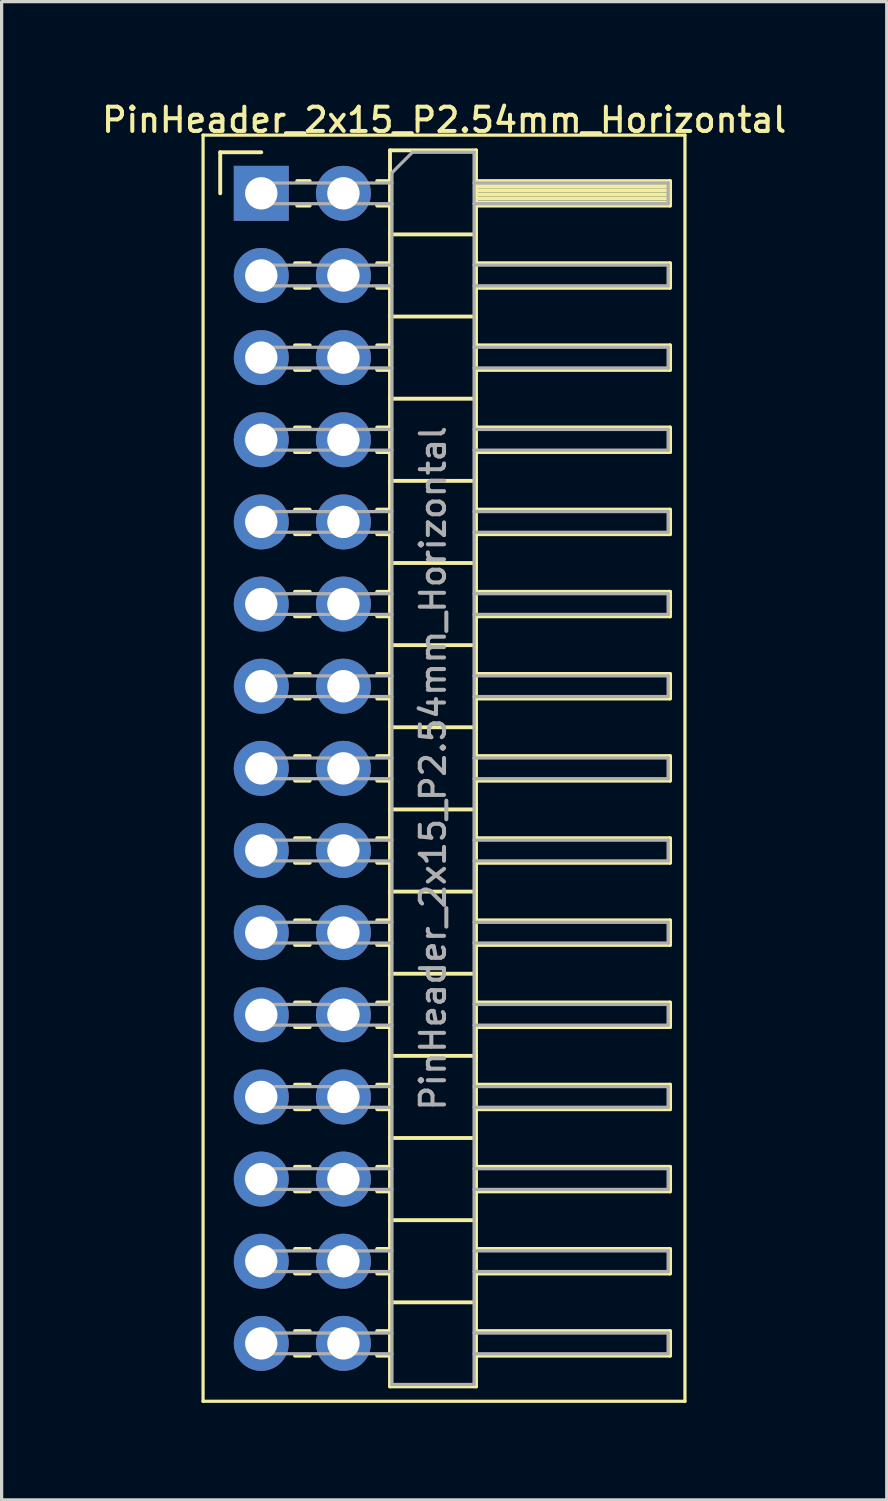
<source format=kicad_pcb>
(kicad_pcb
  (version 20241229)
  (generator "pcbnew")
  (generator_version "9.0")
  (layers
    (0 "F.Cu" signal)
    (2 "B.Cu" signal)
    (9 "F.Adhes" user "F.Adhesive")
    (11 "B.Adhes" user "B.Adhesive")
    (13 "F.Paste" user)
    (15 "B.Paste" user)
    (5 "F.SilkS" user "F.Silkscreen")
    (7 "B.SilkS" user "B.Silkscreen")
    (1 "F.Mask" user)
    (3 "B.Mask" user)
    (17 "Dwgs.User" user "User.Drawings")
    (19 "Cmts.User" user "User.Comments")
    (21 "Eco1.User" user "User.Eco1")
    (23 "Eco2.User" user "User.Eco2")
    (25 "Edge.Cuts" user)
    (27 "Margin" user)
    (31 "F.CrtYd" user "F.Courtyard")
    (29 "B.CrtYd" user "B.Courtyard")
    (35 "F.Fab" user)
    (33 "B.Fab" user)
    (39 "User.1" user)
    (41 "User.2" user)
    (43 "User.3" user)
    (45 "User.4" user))
  (footprint "PinHeader_2x15_P2.54mm_Horizontal"
    (layer "F.Cu")
    (at 5.029 2.928)
    (property "Reference" "PinHeader_2x15_P2.54mm_Horizontal" (at 5.655 -2.27 0) (layer "F.SilkS") (effects (font (size 0.75 0.75) (thickness 0.125))))
    (attr through_hole)
    (fp_line (start -1.8 -1.8) (end -1.8 37.35) (stroke (width 0.1) (type solid)) (layer "F.SilkS"))
    (fp_line (start -1.8 37.35) (end 13.1 37.35) (stroke (width 0.1) (type solid)) (layer "F.SilkS"))
    (fp_line (start -1.27 -1.27) (end 0 -1.27) (stroke (width 0.12) (type solid)) (layer "F.SilkS"))
    (fp_line (start -1.27 0) (end -1.27 -1.27) (stroke (width 0.12) (type solid)) (layer "F.SilkS"))
    (fp_line (start 1.043 2.16) (end 1.497 2.16) (stroke (width 0.12) (type solid)) (layer "F.SilkS"))
    (fp_line (start 1.043 2.92) (end 1.497 2.92) (stroke (width 0.12) (type solid)) (layer "F.SilkS"))
    (fp_line (start 1.043 4.7) (end 1.497 4.7) (stroke (width 0.12) (type solid)) (layer "F.SilkS"))
    (fp_line (start 1.043 5.46) (end 1.497 5.46) (stroke (width 0.12) (type solid)) (layer "F.SilkS"))
    (fp_line (start 1.043 7.24) (end 1.497 7.24) (stroke (width 0.12) (type solid)) (layer "F.SilkS"))
    (fp_line (start 1.043 8) (end 1.497 8) (stroke (width 0.12) (type solid)) (layer "F.SilkS"))
    (fp_line (start 1.043 9.78) (end 1.497 9.78) (stroke (width 0.12) (type solid)) (layer "F.SilkS"))
    (fp_line (start 1.043 10.54) (end 1.497 10.54) (stroke (width 0.12) (type solid)) (layer "F.SilkS"))
    (fp_line (start 1.043 12.32) (end 1.497 12.32) (stroke (width 0.12) (type solid)) (layer "F.SilkS"))
    (fp_line (start 1.043 13.08) (end 1.497 13.08) (stroke (width 0.12) (type solid)) (layer "F.SilkS"))
    (fp_line (start 1.043 14.86) (end 1.497 14.86) (stroke (width 0.12) (type solid)) (layer "F.SilkS"))
    (fp_line (start 1.043 15.62) (end 1.497 15.62) (stroke (width 0.12) (type solid)) (layer "F.SilkS"))
    (fp_line (start 1.043 17.4) (end 1.497 17.4) (stroke (width 0.12) (type solid)) (layer "F.SilkS"))
    (fp_line (start 1.043 18.16) (end 1.497 18.16) (stroke (width 0.12) (type solid)) (layer "F.SilkS"))
    (fp_line (start 1.043 19.94) (end 1.497 19.94) (stroke (width 0.12) (type solid)) (layer "F.SilkS"))
    (fp_line (start 1.043 20.7) (end 1.497 20.7) (stroke (width 0.12) (type solid)) (layer "F.SilkS"))
    (fp_line (start 1.043 22.48) (end 1.497 22.48) (stroke (width 0.12) (type solid)) (layer "F.SilkS"))
    (fp_line (start 1.043 23.24) (end 1.497 23.24) (stroke (width 0.12) (type solid)) (layer "F.SilkS"))
    (fp_line (start 1.043 25.02) (end 1.497 25.02) (stroke (width 0.12) (type solid)) (layer "F.SilkS"))
    (fp_line (start 1.043 25.78) (end 1.497 25.78) (stroke (width 0.12) (type solid)) (layer "F.SilkS"))
    (fp_line (start 1.043 27.56) (end 1.497 27.56) (stroke (width 0.12) (type solid)) (layer "F.SilkS"))
    (fp_line (start 1.043 28.32) (end 1.497 28.32) (stroke (width 0.12) (type solid)) (layer "F.SilkS"))
    (fp_line (start 1.043 30.1) (end 1.497 30.1) (stroke (width 0.12) (type solid)) (layer "F.SilkS"))
    (fp_line (start 1.043 30.86) (end 1.497 30.86) (stroke (width 0.12) (type solid)) (layer "F.SilkS"))
    (fp_line (start 1.043 32.64) (end 1.497 32.64) (stroke (width 0.12) (type solid)) (layer "F.SilkS"))
    (fp_line (start 1.043 33.4) (end 1.497 33.4) (stroke (width 0.12) (type solid)) (layer "F.SilkS"))
    (fp_line (start 1.043 35.18) (end 1.497 35.18) (stroke (width 0.12) (type solid)) (layer "F.SilkS"))
    (fp_line (start 1.043 35.94) (end 1.497 35.94) (stroke (width 0.12) (type solid)) (layer "F.SilkS"))
    (fp_line (start 1.11 -0.38) (end 1.497 -0.38) (stroke (width 0.12) (type solid)) (layer "F.SilkS"))
    (fp_line (start 1.11 0.38) (end 1.497 0.38) (stroke (width 0.12) (type solid)) (layer "F.SilkS"))
    (fp_line (start 3.583 -0.38) (end 3.98 -0.38) (stroke (width 0.12) (type solid)) (layer "F.SilkS"))
    (fp_line (start 3.583 0.38) (end 3.98 0.38) (stroke (width 0.12) (type solid)) (layer "F.SilkS"))
    (fp_line (start 3.583 2.16) (end 3.98 2.16) (stroke (width 0.12) (type solid)) (layer "F.SilkS"))
    (fp_line (start 3.583 2.92) (end 3.98 2.92) (stroke (width 0.12) (type solid)) (layer "F.SilkS"))
    (fp_line (start 3.583 4.7) (end 3.98 4.7) (stroke (width 0.12) (type solid)) (layer "F.SilkS"))
    (fp_line (start 3.583 5.46) (end 3.98 5.46) (stroke (width 0.12) (type solid)) (layer "F.SilkS"))
    (fp_line (start 3.583 7.24) (end 3.98 7.24) (stroke (width 0.12) (type solid)) (layer "F.SilkS"))
    (fp_line (start 3.583 8) (end 3.98 8) (stroke (width 0.12) (type solid)) (layer "F.SilkS"))
    (fp_line (start 3.583 9.78) (end 3.98 9.78) (stroke (width 0.12) (type solid)) (layer "F.SilkS"))
    (fp_line (start 3.583 10.54) (end 3.98 10.54) (stroke (width 0.12) (type solid)) (layer "F.SilkS"))
    (fp_line (start 3.583 12.32) (end 3.98 12.32) (stroke (width 0.12) (type solid)) (layer "F.SilkS"))
    (fp_line (start 3.583 13.08) (end 3.98 13.08) (stroke (width 0.12) (type solid)) (layer "F.SilkS"))
    (fp_line (start 3.583 14.86) (end 3.98 14.86) (stroke (width 0.12) (type solid)) (layer "F.SilkS"))
    (fp_line (start 3.583 15.62) (end 3.98 15.62) (stroke (width 0.12) (type solid)) (layer "F.SilkS"))
    (fp_line (start 3.583 17.4) (end 3.98 17.4) (stroke (width 0.12) (type solid)) (layer "F.SilkS"))
    (fp_line (start 3.583 18.16) (end 3.98 18.16) (stroke (width 0.12) (type solid)) (layer "F.SilkS"))
    (fp_line (start 3.583 19.94) (end 3.98 19.94) (stroke (width 0.12) (type solid)) (layer "F.SilkS"))
    (fp_line (start 3.583 20.7) (end 3.98 20.7) (stroke (width 0.12) (type solid)) (layer "F.SilkS"))
    (fp_line (start 3.583 22.48) (end 3.98 22.48) (stroke (width 0.12) (type solid)) (layer "F.SilkS"))
    (fp_line (start 3.583 23.24) (end 3.98 23.24) (stroke (width 0.12) (type solid)) (layer "F.SilkS"))
    (fp_line (start 3.583 25.02) (end 3.98 25.02) (stroke (width 0.12) (type solid)) (layer "F.SilkS"))
    (fp_line (start 3.583 25.78) (end 3.98 25.78) (stroke (width 0.12) (type solid)) (layer "F.SilkS"))
    (fp_line (start 3.583 27.56) (end 3.98 27.56) (stroke (width 0.12) (type solid)) (layer "F.SilkS"))
    (fp_line (start 3.583 28.32) (end 3.98 28.32) (stroke (width 0.12) (type solid)) (layer "F.SilkS"))
    (fp_line (start 3.583 30.1) (end 3.98 30.1) (stroke (width 0.12) (type solid)) (layer "F.SilkS"))
    (fp_line (start 3.583 30.86) (end 3.98 30.86) (stroke (width 0.12) (type solid)) (layer "F.SilkS"))
    (fp_line (start 3.583 32.64) (end 3.98 32.64) (stroke (width 0.12) (type solid)) (layer "F.SilkS"))
    (fp_line (start 3.583 33.4) (end 3.98 33.4) (stroke (width 0.12) (type solid)) (layer "F.SilkS"))
    (fp_line (start 3.583 35.18) (end 3.98 35.18) (stroke (width 0.12) (type solid)) (layer "F.SilkS"))
    (fp_line (start 3.583 35.94) (end 3.98 35.94) (stroke (width 0.12) (type solid)) (layer "F.SilkS"))
    (fp_line (start 3.98 -1.33) (end 3.98 36.89) (stroke (width 0.12) (type solid)) (layer "F.SilkS"))
    (fp_line (start 3.98 1.27) (end 6.64 1.27) (stroke (width 0.12) (type solid)) (layer "F.SilkS"))
    (fp_line (start 3.98 3.81) (end 6.64 3.81) (stroke (width 0.12) (type solid)) (layer "F.SilkS"))
    (fp_line (start 3.98 6.35) (end 6.64 6.35) (stroke (width 0.12) (type solid)) (layer "F.SilkS"))
    (fp_line (start 3.98 8.89) (end 6.64 8.89) (stroke (width 0.12) (type solid)) (layer "F.SilkS"))
    (fp_line (start 3.98 11.43) (end 6.64 11.43) (stroke (width 0.12) (type solid)) (layer "F.SilkS"))
    (fp_line (start 3.98 13.97) (end 6.64 13.97) (stroke (width 0.12) (type solid)) (layer "F.SilkS"))
    (fp_line (start 3.98 16.51) (end 6.64 16.51) (stroke (width 0.12) (type solid)) (layer "F.SilkS"))
    (fp_line (start 3.98 19.05) (end 6.64 19.05) (stroke (width 0.12) (type solid)) (layer "F.SilkS"))
    (fp_line (start 3.98 21.59) (end 6.64 21.59) (stroke (width 0.12) (type solid)) (layer "F.SilkS"))
    (fp_line (start 3.98 24.13) (end 6.64 24.13) (stroke (width 0.12) (type solid)) (layer "F.SilkS"))
    (fp_line (start 3.98 26.67) (end 6.64 26.67) (stroke (width 0.12) (type solid)) (layer "F.SilkS"))
    (fp_line (start 3.98 29.21) (end 6.64 29.21) (stroke (width 0.12) (type solid)) (layer "F.SilkS"))
    (fp_line (start 3.98 31.75) (end 6.64 31.75) (stroke (width 0.12) (type solid)) (layer "F.SilkS"))
    (fp_line (start 3.98 34.29) (end 6.64 34.29) (stroke (width 0.12) (type solid)) (layer "F.SilkS"))
    (fp_line (start 3.98 36.89) (end 6.64 36.89) (stroke (width 0.12) (type solid)) (layer "F.SilkS"))
    (fp_line (start 6.64 -1.33) (end 3.98 -1.33) (stroke (width 0.12) (type solid)) (layer "F.SilkS"))
    (fp_line (start 6.64 -0.38) (end 12.64 -0.38) (stroke (width 0.12) (type solid)) (layer "F.SilkS"))
    (fp_line (start 6.64 -0.32) (end 12.64 -0.32) (stroke (width 0.12) (type solid)) (layer "F.SilkS"))
    (fp_line (start 6.64 -0.2) (end 12.64 -0.2) (stroke (width 0.12) (type solid)) (layer "F.SilkS"))
    (fp_line (start 6.64 -0.08) (end 12.64 -0.08) (stroke (width 0.12) (type solid)) (layer "F.SilkS"))
    (fp_line (start 6.64 0.04) (end 12.64 0.04) (stroke (width 0.12) (type solid)) (layer "F.SilkS"))
    (fp_line (start 6.64 0.16) (end 12.64 0.16) (stroke (width 0.12) (type solid)) (layer "F.SilkS"))
    (fp_line (start 6.64 0.28) (end 12.64 0.28) (stroke (width 0.12) (type solid)) (layer "F.SilkS"))
    (fp_line (start 6.64 2.16) (end 12.64 2.16) (stroke (width 0.12) (type solid)) (layer "F.SilkS"))
    (fp_line (start 6.64 4.7) (end 12.64 4.7) (stroke (width 0.12) (type solid)) (layer "F.SilkS"))
    (fp_line (start 6.64 7.24) (end 12.64 7.24) (stroke (width 0.12) (type solid)) (layer "F.SilkS"))
    (fp_line (start 6.64 9.78) (end 12.64 9.78) (stroke (width 0.12) (type solid)) (layer "F.SilkS"))
    (fp_line (start 6.64 12.32) (end 12.64 12.32) (stroke (width 0.12) (type solid)) (layer "F.SilkS"))
    (fp_line (start 6.64 14.86) (end 12.64 14.86) (stroke (width 0.12) (type solid)) (layer "F.SilkS"))
    (fp_line (start 6.64 17.4) (end 12.64 17.4) (stroke (width 0.12) (type solid)) (layer "F.SilkS"))
    (fp_line (start 6.64 19.94) (end 12.64 19.94) (stroke (width 0.12) (type solid)) (layer "F.SilkS"))
    (fp_line (start 6.64 22.48) (end 12.64 22.48) (stroke (width 0.12) (type solid)) (layer "F.SilkS"))
    (fp_line (start 6.64 25.02) (end 12.64 25.02) (stroke (width 0.12) (type solid)) (layer "F.SilkS"))
    (fp_line (start 6.64 27.56) (end 12.64 27.56) (stroke (width 0.12) (type solid)) (layer "F.SilkS"))
    (fp_line (start 6.64 30.1) (end 12.64 30.1) (stroke (width 0.12) (type solid)) (layer "F.SilkS"))
    (fp_line (start 6.64 32.64) (end 12.64 32.64) (stroke (width 0.12) (type solid)) (layer "F.SilkS"))
    (fp_line (start 6.64 35.18) (end 12.64 35.18) (stroke (width 0.12) (type solid)) (layer "F.SilkS"))
    (fp_line (start 6.64 36.89) (end 6.64 -1.33) (stroke (width 0.12) (type solid)) (layer "F.SilkS"))
    (fp_line (start 12.64 -0.38) (end 12.64 0.38) (stroke (width 0.12) (type solid)) (layer "F.SilkS"))
    (fp_line (start 12.64 0.38) (end 6.64 0.38) (stroke (width 0.12) (type solid)) (layer "F.SilkS"))
    (fp_line (start 12.64 2.16) (end 12.64 2.92) (stroke (width 0.12) (type solid)) (layer "F.SilkS"))
    (fp_line (start 12.64 2.92) (end 6.64 2.92) (stroke (width 0.12) (type solid)) (layer "F.SilkS"))
    (fp_line (start 12.64 4.7) (end 12.64 5.46) (stroke (width 0.12) (type solid)) (layer "F.SilkS"))
    (fp_line (start 12.64 5.46) (end 6.64 5.46) (stroke (width 0.12) (type solid)) (layer "F.SilkS"))
    (fp_line (start 12.64 7.24) (end 12.64 8) (stroke (width 0.12) (type solid)) (layer "F.SilkS"))
    (fp_line (start 12.64 8) (end 6.64 8) (stroke (width 0.12) (type solid)) (layer "F.SilkS"))
    (fp_line (start 12.64 9.78) (end 12.64 10.54) (stroke (width 0.12) (type solid)) (layer "F.SilkS"))
    (fp_line (start 12.64 10.54) (end 6.64 10.54) (stroke (width 0.12) (type solid)) (layer "F.SilkS"))
    (fp_line (start 12.64 12.32) (end 12.64 13.08) (stroke (width 0.12) (type solid)) (layer "F.SilkS"))
    (fp_line (start 12.64 13.08) (end 6.64 13.08) (stroke (width 0.12) (type solid)) (layer "F.SilkS"))
    (fp_line (start 12.64 14.86) (end 12.64 15.62) (stroke (width 0.12) (type solid)) (layer "F.SilkS"))
    (fp_line (start 12.64 15.62) (end 6.64 15.62) (stroke (width 0.12) (type solid)) (layer "F.SilkS"))
    (fp_line (start 12.64 17.4) (end 12.64 18.16) (stroke (width 0.12) (type solid)) (layer "F.SilkS"))
    (fp_line (start 12.64 18.16) (end 6.64 18.16) (stroke (width 0.12) (type solid)) (layer "F.SilkS"))
    (fp_line (start 12.64 19.94) (end 12.64 20.7) (stroke (width 0.12) (type solid)) (layer "F.SilkS"))
    (fp_line (start 12.64 20.7) (end 6.64 20.7) (stroke (width 0.12) (type solid)) (layer "F.SilkS"))
    (fp_line (start 12.64 22.48) (end 12.64 23.24) (stroke (width 0.12) (type solid)) (layer "F.SilkS"))
    (fp_line (start 12.64 23.24) (end 6.64 23.24) (stroke (width 0.12) (type solid)) (layer "F.SilkS"))
    (fp_line (start 12.64 25.02) (end 12.64 25.78) (stroke (width 0.12) (type solid)) (layer "F.SilkS"))
    (fp_line (start 12.64 25.78) (end 6.64 25.78) (stroke (width 0.12) (type solid)) (layer "F.SilkS"))
    (fp_line (start 12.64 27.56) (end 12.64 28.32) (stroke (width 0.12) (type solid)) (layer "F.SilkS"))
    (fp_line (start 12.64 28.32) (end 6.64 28.32) (stroke (width 0.12) (type solid)) (layer "F.SilkS"))
    (fp_line (start 12.64 30.1) (end 12.64 30.86) (stroke (width 0.12) (type solid)) (layer "F.SilkS"))
    (fp_line (start 12.64 30.86) (end 6.64 30.86) (stroke (width 0.12) (type solid)) (layer "F.SilkS"))
    (fp_line (start 12.64 32.64) (end 12.64 33.4) (stroke (width 0.12) (type solid)) (layer "F.SilkS"))
    (fp_line (start 12.64 33.4) (end 6.64 33.4) (stroke (width 0.12) (type solid)) (layer "F.SilkS"))
    (fp_line (start 12.64 35.18) (end 12.64 35.94) (stroke (width 0.12) (type solid)) (layer "F.SilkS"))
    (fp_line (start 12.64 35.94) (end 6.64 35.94) (stroke (width 0.12) (type solid)) (layer "F.SilkS"))
    (fp_line (start 13.1 -1.8) (end -1.8 -1.8) (stroke (width 0.1) (type solid)) (layer "F.SilkS"))
    (fp_line (start 13.1 37.35) (end 13.1 -1.8) (stroke (width 0.1) (type solid)) (layer "F.SilkS"))
    (fp_line (start -0.32 -0.32) (end -0.32 0.32) (stroke (width 0.1) (type solid)) (layer "F.Fab"))
    (fp_line (start -0.32 -0.32) (end 4.04 -0.32) (stroke (width 0.1) (type solid)) (layer "F.Fab"))
    (fp_line (start -0.32 0.32) (end 4.04 0.32) (stroke (width 0.1) (type solid)) (layer "F.Fab"))
    (fp_line (start -0.32 2.22) (end -0.32 2.86) (stroke (width 0.1) (type solid)) (layer "F.Fab"))
    (fp_line (start -0.32 2.22) (end 4.04 2.22) (stroke (width 0.1) (type solid)) (layer "F.Fab"))
    (fp_line (start -0.32 2.86) (end 4.04 2.86) (stroke (width 0.1) (type solid)) (layer "F.Fab"))
    (fp_line (start -0.32 4.76) (end -0.32 5.4) (stroke (width 0.1) (type solid)) (layer "F.Fab"))
    (fp_line (start -0.32 4.76) (end 4.04 4.76) (stroke (width 0.1) (type solid)) (layer "F.Fab"))
    (fp_line (start -0.32 5.4) (end 4.04 5.4) (stroke (width 0.1) (type solid)) (layer "F.Fab"))
    (fp_line (start -0.32 7.3) (end -0.32 7.94) (stroke (width 0.1) (type solid)) (layer "F.Fab"))
    (fp_line (start -0.32 7.3) (end 4.04 7.3) (stroke (width 0.1) (type solid)) (layer "F.Fab"))
    (fp_line (start -0.32 7.94) (end 4.04 7.94) (stroke (width 0.1) (type solid)) (layer "F.Fab"))
    (fp_line (start -0.32 9.84) (end -0.32 10.48) (stroke (width 0.1) (type solid)) (layer "F.Fab"))
    (fp_line (start -0.32 9.84) (end 4.04 9.84) (stroke (width 0.1) (type solid)) (layer "F.Fab"))
    (fp_line (start -0.32 10.48) (end 4.04 10.48) (stroke (width 0.1) (type solid)) (layer "F.Fab"))
    (fp_line (start -0.32 12.38) (end -0.32 13.02) (stroke (width 0.1) (type solid)) (layer "F.Fab"))
    (fp_line (start -0.32 12.38) (end 4.04 12.38) (stroke (width 0.1) (type solid)) (layer "F.Fab"))
    (fp_line (start -0.32 13.02) (end 4.04 13.02) (stroke (width 0.1) (type solid)) (layer "F.Fab"))
    (fp_line (start -0.32 14.92) (end -0.32 15.56) (stroke (width 0.1) (type solid)) (layer "F.Fab"))
    (fp_line (start -0.32 14.92) (end 4.04 14.92) (stroke (width 0.1) (type solid)) (layer "F.Fab"))
    (fp_line (start -0.32 15.56) (end 4.04 15.56) (stroke (width 0.1) (type solid)) (layer "F.Fab"))
    (fp_line (start -0.32 17.46) (end -0.32 18.1) (stroke (width 0.1) (type solid)) (layer "F.Fab"))
    (fp_line (start -0.32 17.46) (end 4.04 17.46) (stroke (width 0.1) (type solid)) (layer "F.Fab"))
    (fp_line (start -0.32 18.1) (end 4.04 18.1) (stroke (width 0.1) (type solid)) (layer "F.Fab"))
    (fp_line (start -0.32 20) (end -0.32 20.64) (stroke (width 0.1) (type solid)) (layer "F.Fab"))
    (fp_line (start -0.32 20) (end 4.04 20) (stroke (width 0.1) (type solid)) (layer "F.Fab"))
    (fp_line (start -0.32 20.64) (end 4.04 20.64) (stroke (width 0.1) (type solid)) (layer "F.Fab"))
    (fp_line (start -0.32 22.54) (end -0.32 23.18) (stroke (width 0.1) (type solid)) (layer "F.Fab"))
    (fp_line (start -0.32 22.54) (end 4.04 22.54) (stroke (width 0.1) (type solid)) (layer "F.Fab"))
    (fp_line (start -0.32 23.18) (end 4.04 23.18) (stroke (width 0.1) (type solid)) (layer "F.Fab"))
    (fp_line (start -0.32 25.08) (end -0.32 25.72) (stroke (width 0.1) (type solid)) (layer "F.Fab"))
    (fp_line (start -0.32 25.08) (end 4.04 25.08) (stroke (width 0.1) (type solid)) (layer "F.Fab"))
    (fp_line (start -0.32 25.72) (end 4.04 25.72) (stroke (width 0.1) (type solid)) (layer "F.Fab"))
    (fp_line (start -0.32 27.62) (end -0.32 28.26) (stroke (width 0.1) (type solid)) (layer "F.Fab"))
    (fp_line (start -0.32 27.62) (end 4.04 27.62) (stroke (width 0.1) (type solid)) (layer "F.Fab"))
    (fp_line (start -0.32 28.26) (end 4.04 28.26) (stroke (width 0.1) (type solid)) (layer "F.Fab"))
    (fp_line (start -0.32 30.16) (end -0.32 30.8) (stroke (width 0.1) (type solid)) (layer "F.Fab"))
    (fp_line (start -0.32 30.16) (end 4.04 30.16) (stroke (width 0.1) (type solid)) (layer "F.Fab"))
    (fp_line (start -0.32 30.8) (end 4.04 30.8) (stroke (width 0.1) (type solid)) (layer "F.Fab"))
    (fp_line (start -0.32 32.7) (end -0.32 33.34) (stroke (width 0.1) (type solid)) (layer "F.Fab"))
    (fp_line (start -0.32 32.7) (end 4.04 32.7) (stroke (width 0.1) (type solid)) (layer "F.Fab"))
    (fp_line (start -0.32 33.34) (end 4.04 33.34) (stroke (width 0.1) (type solid)) (layer "F.Fab"))
    (fp_line (start -0.32 35.24) (end -0.32 35.88) (stroke (width 0.1) (type solid)) (layer "F.Fab"))
    (fp_line (start -0.32 35.24) (end 4.04 35.24) (stroke (width 0.1) (type solid)) (layer "F.Fab"))
    (fp_line (start -0.32 35.88) (end 4.04 35.88) (stroke (width 0.1) (type solid)) (layer "F.Fab"))
    (fp_line (start 4.04 -0.635) (end 4.675 -1.27) (stroke (width 0.1) (type solid)) (layer "F.Fab"))
    (fp_line (start 4.04 36.83) (end 4.04 -0.635) (stroke (width 0.1) (type solid)) (layer "F.Fab"))
    (fp_line (start 4.675 -1.27) (end 6.58 -1.27) (stroke (width 0.1) (type solid)) (layer "F.Fab"))
    (fp_line (start 6.58 -1.27) (end 6.58 36.83) (stroke (width 0.1) (type solid)) (layer "F.Fab"))
    (fp_line (start 6.58 -0.32) (end 12.58 -0.32) (stroke (width 0.1) (type solid)) (layer "F.Fab"))
    (fp_line (start 6.58 0.32) (end 12.58 0.32) (stroke (width 0.1) (type solid)) (layer "F.Fab"))
    (fp_line (start 6.58 2.22) (end 12.58 2.22) (stroke (width 0.1) (type solid)) (layer "F.Fab"))
    (fp_line (start 6.58 2.86) (end 12.58 2.86) (stroke (width 0.1) (type solid)) (layer "F.Fab"))
    (fp_line (start 6.58 4.76) (end 12.58 4.76) (stroke (width 0.1) (type solid)) (layer "F.Fab"))
    (fp_line (start 6.58 5.4) (end 12.58 5.4) (stroke (width 0.1) (type solid)) (layer "F.Fab"))
    (fp_line (start 6.58 7.3) (end 12.58 7.3) (stroke (width 0.1) (type solid)) (layer "F.Fab"))
    (fp_line (start 6.58 7.94) (end 12.58 7.94) (stroke (width 0.1) (type solid)) (layer "F.Fab"))
    (fp_line (start 6.58 9.84) (end 12.58 9.84) (stroke (width 0.1) (type solid)) (layer "F.Fab"))
    (fp_line (start 6.58 10.48) (end 12.58 10.48) (stroke (width 0.1) (type solid)) (layer "F.Fab"))
    (fp_line (start 6.58 12.38) (end 12.58 12.38) (stroke (width 0.1) (type solid)) (layer "F.Fab"))
    (fp_line (start 6.58 13.02) (end 12.58 13.02) (stroke (width 0.1) (type solid)) (layer "F.Fab"))
    (fp_line (start 6.58 14.92) (end 12.58 14.92) (stroke (width 0.1) (type solid)) (layer "F.Fab"))
    (fp_line (start 6.58 15.56) (end 12.58 15.56) (stroke (width 0.1) (type solid)) (layer "F.Fab"))
    (fp_line (start 6.58 17.46) (end 12.58 17.46) (stroke (width 0.1) (type solid)) (layer "F.Fab"))
    (fp_line (start 6.58 18.1) (end 12.58 18.1) (stroke (width 0.1) (type solid)) (layer "F.Fab"))
    (fp_line (start 6.58 20) (end 12.58 20) (stroke (width 0.1) (type solid)) (layer "F.Fab"))
    (fp_line (start 6.58 20.64) (end 12.58 20.64) (stroke (width 0.1) (type solid)) (layer "F.Fab"))
    (fp_line (start 6.58 22.54) (end 12.58 22.54) (stroke (width 0.1) (type solid)) (layer "F.Fab"))
    (fp_line (start 6.58 23.18) (end 12.58 23.18) (stroke (width 0.1) (type solid)) (layer "F.Fab"))
    (fp_line (start 6.58 25.08) (end 12.58 25.08) (stroke (width 0.1) (type solid)) (layer "F.Fab"))
    (fp_line (start 6.58 25.72) (end 12.58 25.72) (stroke (width 0.1) (type solid)) (layer "F.Fab"))
    (fp_line (start 6.58 27.62) (end 12.58 27.62) (stroke (width 0.1) (type solid)) (layer "F.Fab"))
    (fp_line (start 6.58 28.26) (end 12.58 28.26) (stroke (width 0.1) (type solid)) (layer "F.Fab"))
    (fp_line (start 6.58 30.16) (end 12.58 30.16) (stroke (width 0.1) (type solid)) (layer "F.Fab"))
    (fp_line (start 6.58 30.8) (end 12.58 30.8) (stroke (width 0.1) (type solid)) (layer "F.Fab"))
    (fp_line (start 6.58 32.7) (end 12.58 32.7) (stroke (width 0.1) (type solid)) (layer "F.Fab"))
    (fp_line (start 6.58 33.34) (end 12.58 33.34) (stroke (width 0.1) (type solid)) (layer "F.Fab"))
    (fp_line (start 6.58 35.24) (end 12.58 35.24) (stroke (width 0.1) (type solid)) (layer "F.Fab"))
    (fp_line (start 6.58 35.88) (end 12.58 35.88) (stroke (width 0.1) (type solid)) (layer "F.Fab"))
    (fp_line (start 6.58 36.83) (end 4.04 36.83) (stroke (width 0.1) (type solid)) (layer "F.Fab"))
    (fp_line (start 12.58 -0.32) (end 12.58 0.32) (stroke (width 0.1) (type solid)) (layer "F.Fab"))
    (fp_line (start 12.58 2.22) (end 12.58 2.86) (stroke (width 0.1) (type solid)) (layer "F.Fab"))
    (fp_line (start 12.58 4.76) (end 12.58 5.4) (stroke (width 0.1) (type solid)) (layer "F.Fab"))
    (fp_line (start 12.58 7.3) (end 12.58 7.94) (stroke (width 0.1) (type solid)) (layer "F.Fab"))
    (fp_line (start 12.58 9.84) (end 12.58 10.48) (stroke (width 0.1) (type solid)) (layer "F.Fab"))
    (fp_line (start 12.58 12.38) (end 12.58 13.02) (stroke (width 0.1) (type solid)) (layer "F.Fab"))
    (fp_line (start 12.58 14.92) (end 12.58 15.56) (stroke (width 0.1) (type solid)) (layer "F.Fab"))
    (fp_line (start 12.58 17.46) (end 12.58 18.1) (stroke (width 0.1) (type solid)) (layer "F.Fab"))
    (fp_line (start 12.58 20) (end 12.58 20.64) (stroke (width 0.1) (type solid)) (layer "F.Fab"))
    (fp_line (start 12.58 22.54) (end 12.58 23.18) (stroke (width 0.1) (type solid)) (layer "F.Fab"))
    (fp_line (start 12.58 25.08) (end 12.58 25.72) (stroke (width 0.1) (type solid)) (layer "F.Fab"))
    (fp_line (start 12.58 27.62) (end 12.58 28.26) (stroke (width 0.1) (type solid)) (layer "F.Fab"))
    (fp_line (start 12.58 30.16) (end 12.58 30.8) (stroke (width 0.1) (type solid)) (layer "F.Fab"))
    (fp_line (start 12.58 32.7) (end 12.58 33.34) (stroke (width 0.1) (type solid)) (layer "F.Fab"))
    (fp_line (start 12.58 35.24) (end 12.58 35.88) (stroke (width 0.1) (type solid)) (layer "F.Fab"))
    (fp_text user "${REFERENCE}" (at 5.31 17.78 90) (layer "F.Fab") (effects (font (size 0.75 0.75) (thickness 0.125))))
    (pad "1" thru_hole rect (at 0 0) (size 1.7 1.7) (drill 1) (layers "*.Cu" "*.Mask"))
    (pad "2" thru_hole oval (at 2.54 0) (size 1.7 1.7) (drill 1) (layers "*.Cu" "*.Mask"))
    (pad "3" thru_hole oval (at 0 2.54) (size 1.7 1.7) (drill 1) (layers "*.Cu" "*.Mask"))
    (pad "4" thru_hole oval (at 2.54 2.54) (size 1.7 1.7) (drill 1) (layers "*.Cu" "*.Mask"))
    (pad "5" thru_hole oval (at 0 5.08) (size 1.7 1.7) (drill 1) (layers "*.Cu" "*.Mask"))
    (pad "6" thru_hole oval (at 2.54 5.08) (size 1.7 1.7) (drill 1) (layers "*.Cu" "*.Mask"))
    (pad "7" thru_hole oval (at 0 7.62) (size 1.7 1.7) (drill 1) (layers "*.Cu" "*.Mask"))
    (pad "8" thru_hole oval (at 2.54 7.62) (size 1.7 1.7) (drill 1) (layers "*.Cu" "*.Mask"))
    (pad "9" thru_hole oval (at 0 10.16) (size 1.7 1.7) (drill 1) (layers "*.Cu" "*.Mask"))
    (pad "10" thru_hole oval (at 2.54 10.16) (size 1.7 1.7) (drill 1) (layers "*.Cu" "*.Mask"))
    (pad "11" thru_hole oval (at 0 12.7) (size 1.7 1.7) (drill 1) (layers "*.Cu" "*.Mask"))
    (pad "12" thru_hole oval (at 2.54 12.7) (size 1.7 1.7) (drill 1) (layers "*.Cu" "*.Mask"))
    (pad "13" thru_hole oval (at 0 15.24) (size 1.7 1.7) (drill 1) (layers "*.Cu" "*.Mask"))
    (pad "14" thru_hole oval (at 2.54 15.24) (size 1.7 1.7) (drill 1) (layers "*.Cu" "*.Mask"))
    (pad "15" thru_hole oval (at 0 17.78) (size 1.7 1.7) (drill 1) (layers "*.Cu" "*.Mask"))
    (pad "16" thru_hole oval (at 2.54 17.78) (size 1.7 1.7) (drill 1) (layers "*.Cu" "*.Mask"))
    (pad "17" thru_hole oval (at 0 20.32) (size 1.7 1.7) (drill 1) (layers "*.Cu" "*.Mask"))
    (pad "18" thru_hole oval (at 2.54 20.32) (size 1.7 1.7) (drill 1) (layers "*.Cu" "*.Mask"))
    (pad "19" thru_hole oval (at 0 22.86) (size 1.7 1.7) (drill 1) (layers "*.Cu" "*.Mask"))
    (pad "20" thru_hole oval (at 2.54 22.86) (size 1.7 1.7) (drill 1) (layers "*.Cu" "*.Mask"))
    (pad "21" thru_hole oval (at 0 25.4) (size 1.7 1.7) (drill 1) (layers "*.Cu" "*.Mask"))
    (pad "22" thru_hole oval (at 2.54 25.4) (size 1.7 1.7) (drill 1) (layers "*.Cu" "*.Mask"))
    (pad "23" thru_hole oval (at 0 27.94) (size 1.7 1.7) (drill 1) (layers "*.Cu" "*.Mask"))
    (pad "24" thru_hole oval (at 2.54 27.94) (size 1.7 1.7) (drill 1) (layers "*.Cu" "*.Mask"))
    (pad "25" thru_hole oval (at 0 30.48) (size 1.7 1.7) (drill 1) (layers "*.Cu" "*.Mask"))
    (pad "26" thru_hole oval (at 2.54 30.48) (size 1.7 1.7) (drill 1) (layers "*.Cu" "*.Mask"))
    (pad "27" thru_hole oval (at 0 33.02) (size 1.7 1.7) (drill 1) (layers "*.Cu" "*.Mask"))
    (pad "28" thru_hole oval (at 2.54 33.02) (size 1.7 1.7) (drill 1) (layers "*.Cu" "*.Mask"))
    (pad "29" thru_hole oval (at 0 35.56) (size 1.7 1.7) (drill 1) (layers "*.Cu" "*.Mask"))
    (pad "30" thru_hole oval (at 2.54 35.56) (size 1.7 1.7) (drill 1) (layers "*.Cu" "*.Mask")))
  (gr_rect
    (start -3 -3)
    (end 24.368 43.328)
    (stroke (width 0.1) (type default))
    (fill no)
    (layer "Edge.Cuts")))
</source>
